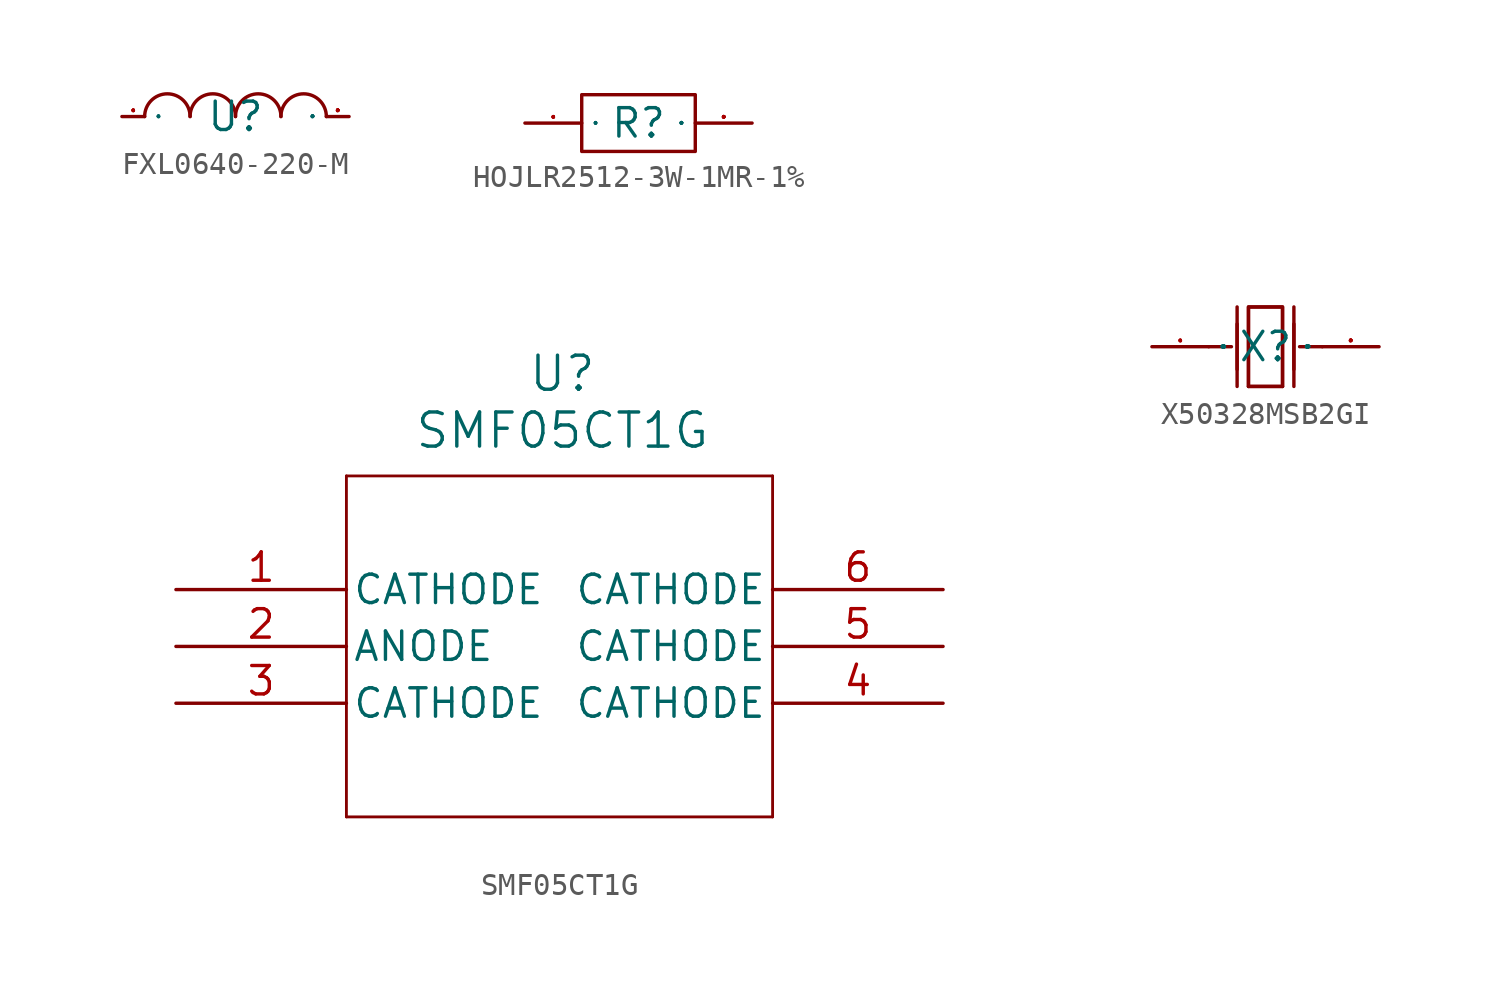
<source format=kicad_sym>
(kicad_symbol_lib
  (version 20241209)
  (generator "kicad_symbol_editor")
  (generator_version "9.0")
  (symbol "FXL0640-220-M"
    (property "Reference" "U"
      (at 0 0 0)
      (effects (font (size 1.27 1.27))))
    (symbol "FXL0640-220-M_1_0"
      (arc (start -4.064 0) (mid -3.0226 1.016) (end -2.032 0) (stroke (width 0) (type default)) (fill (type none)))
      (arc (start -2.032 0) (mid -0.9906 1.016) (end 0 0) (stroke (width 0) (type default)) (fill (type none)))
      (arc (start 0 0) (mid 1.016 1.016) (end 2.032 0) (stroke (width 0) (type default)) (fill (type none)))
      (arc (start 2.032 0) (mid 3.048 1.016) (end 4.064 0) (stroke (width 0) (type default)) (fill (type none)))
      (pin passive line (at -5.08 0 0) (length 1.016) (name "1" (effects (font (size 0.025 0.025)))) (number "1" (effects (font (size 0.025 0.025)))))
      (pin passive line (at 5.08 0 180) (length 1.016) (name "2" (effects (font (size 0.025 0.025)))) (number "2" (effects (font (size 0.025 0.025)))))))
  (symbol "HOJLR2512-3W-1MR-1%"
    (property "Reference" "R"
      (at 0 0 0)
      (effects (font (size 1.27 1.27))))
    (symbol "HOJLR2512-3W-1MR-1%_1_0"
      (rectangle (start -2.54 -1.27) (end 2.54 1.27) (stroke (width 0) (type default)) (fill (type none)))
      (pin input line (at -5.08 0 0) (length 2.54) (name "1" (effects (font (size 0.025 0.025)))) (number "1" (effects (font (size 0.025 0.025)))))
      (pin input line (at 5.08 0 180) (length 2.54) (name "2" (effects (font (size 0.025 0.025)))) (number "2" (effects (font (size 0.025 0.025)))))))
  (symbol "SMF05CT1G"
    (pin_names
      (offset 0.254))
    (property "Reference" "U"
      (at 17.272 9.652 0)
      (effects (font (size 1.524 1.524))))
    (property "Value" "SMF05CT1G"
      (at 17.272 7.112 0)
      (effects (font (size 1.524 1.524))))
    (symbol "SMF05CT1G_0_1"
      (polyline (pts (xy 7.62 5.08) (xy 7.62 -10.16)) (stroke (width 0.127) (type default)) (fill (type none)))
      (polyline (pts (xy 7.62 -10.16) (xy 26.67 -10.16)) (stroke (width 0.127) (type default)) (fill (type none)))
      (polyline (pts (xy 26.67 5.08) (xy 7.62 5.08)) (stroke (width 0.127) (type default)) (fill (type none)))
      (polyline (pts (xy 26.67 -10.16) (xy 26.67 5.08)) (stroke (width 0.127) (type default)) (fill (type none)))
      (pin passive line (at 0 0 0) (length 7.62) (name "CATHODE" (effects (font (size 1.27 1.27)))) (number "1" (effects (font (size 1.27 1.27)))))
      (pin passive line (at 0 -2.54 0) (length 7.62) (name "ANODE" (effects (font (size 1.27 1.27)))) (number "2" (effects (font (size 1.27 1.27)))))
      (pin passive line (at 0 -5.08 0) (length 7.62) (name "CATHODE" (effects (font (size 1.27 1.27)))) (number "3" (effects (font (size 1.27 1.27)))))
      (pin passive line (at 34.29 0 180) (length 7.62) (name "CATHODE" (effects (font (size 1.27 1.27)))) (number "6" (effects (font (size 1.27 1.27)))))
      (pin passive line (at 34.29 -2.54 180) (length 7.62) (name "CATHODE" (effects (font (size 1.27 1.27)))) (number "5" (effects (font (size 1.27 1.27)))))
      (pin passive line (at 34.29 -5.08 180) (length 7.62) (name "CATHODE" (effects (font (size 1.27 1.27)))) (number "4" (effects (font (size 1.27 1.27)))))))
  (symbol "X50328MSB2GI"
    (property "Reference" "X"
      (at 0 0 0)
      (effects (font (size 1.27 1.27))))
    (symbol "X50328MSB2GI_1_0"
      (polyline (pts (xy -2.54 0) (xy -1.524 0)) (stroke (width 0) (type default)) (fill (type none)))
      (polyline (pts (xy -1.27 -1.016) (xy -1.27 1.016)) (stroke (width 0) (type default)) (fill (type none)))
      (polyline (pts (xy -1.27 -1.778) (xy -1.27 1.778)) (stroke (width 0) (type default)) (fill (type none)))
      (polyline (pts (xy -0.762 -1.778) (xy -0.762 1.778) (xy -0.762 1.778) (xy 0.762 1.778) (xy 0.762 1.778) (xy 0.762 -1.778)) (stroke (width 0) (type default)) (fill (type none)))
      (polyline (pts (xy 0.762 1.778) (xy 0.762 -1.778) (xy 0.762 -1.778) (xy -0.762 -1.778) (xy -0.762 -1.778) (xy -0.762 1.778) (xy -0.762 1.778) (xy 0.762 1.778)) (stroke (width 0) (type default)) (fill (type none)))
      (polyline (pts (xy 0.762 -1.778) (xy -0.762 -1.778)) (stroke (width 0) (type default)) (fill (type none)))
      (polyline (pts (xy 1.27 -1.016) (xy 1.27 1.016)) (stroke (width 0) (type default)) (fill (type none)))
      (polyline (pts (xy 1.27 -1.778) (xy 1.27 1.778)) (stroke (width 0) (type default)) (fill (type none)))
      (polyline (pts (xy 2.54 0) (xy 1.524 0)) (stroke (width 0) (type default)) (fill (type none)))
      (pin input line (at -5.08 0 0) (length 2.54) (name "OSC1" (effects (font (size 0.025 0.025)))) (number "1" (effects (font (size 0.025 0.025)))))
      (pin input line (at 5.08 0 180) (length 2.54) (name "OSC2" (effects (font (size 0.025 0.025)))) (number "2" (effects (font (size 0.025 0.025))))))))
</source>
